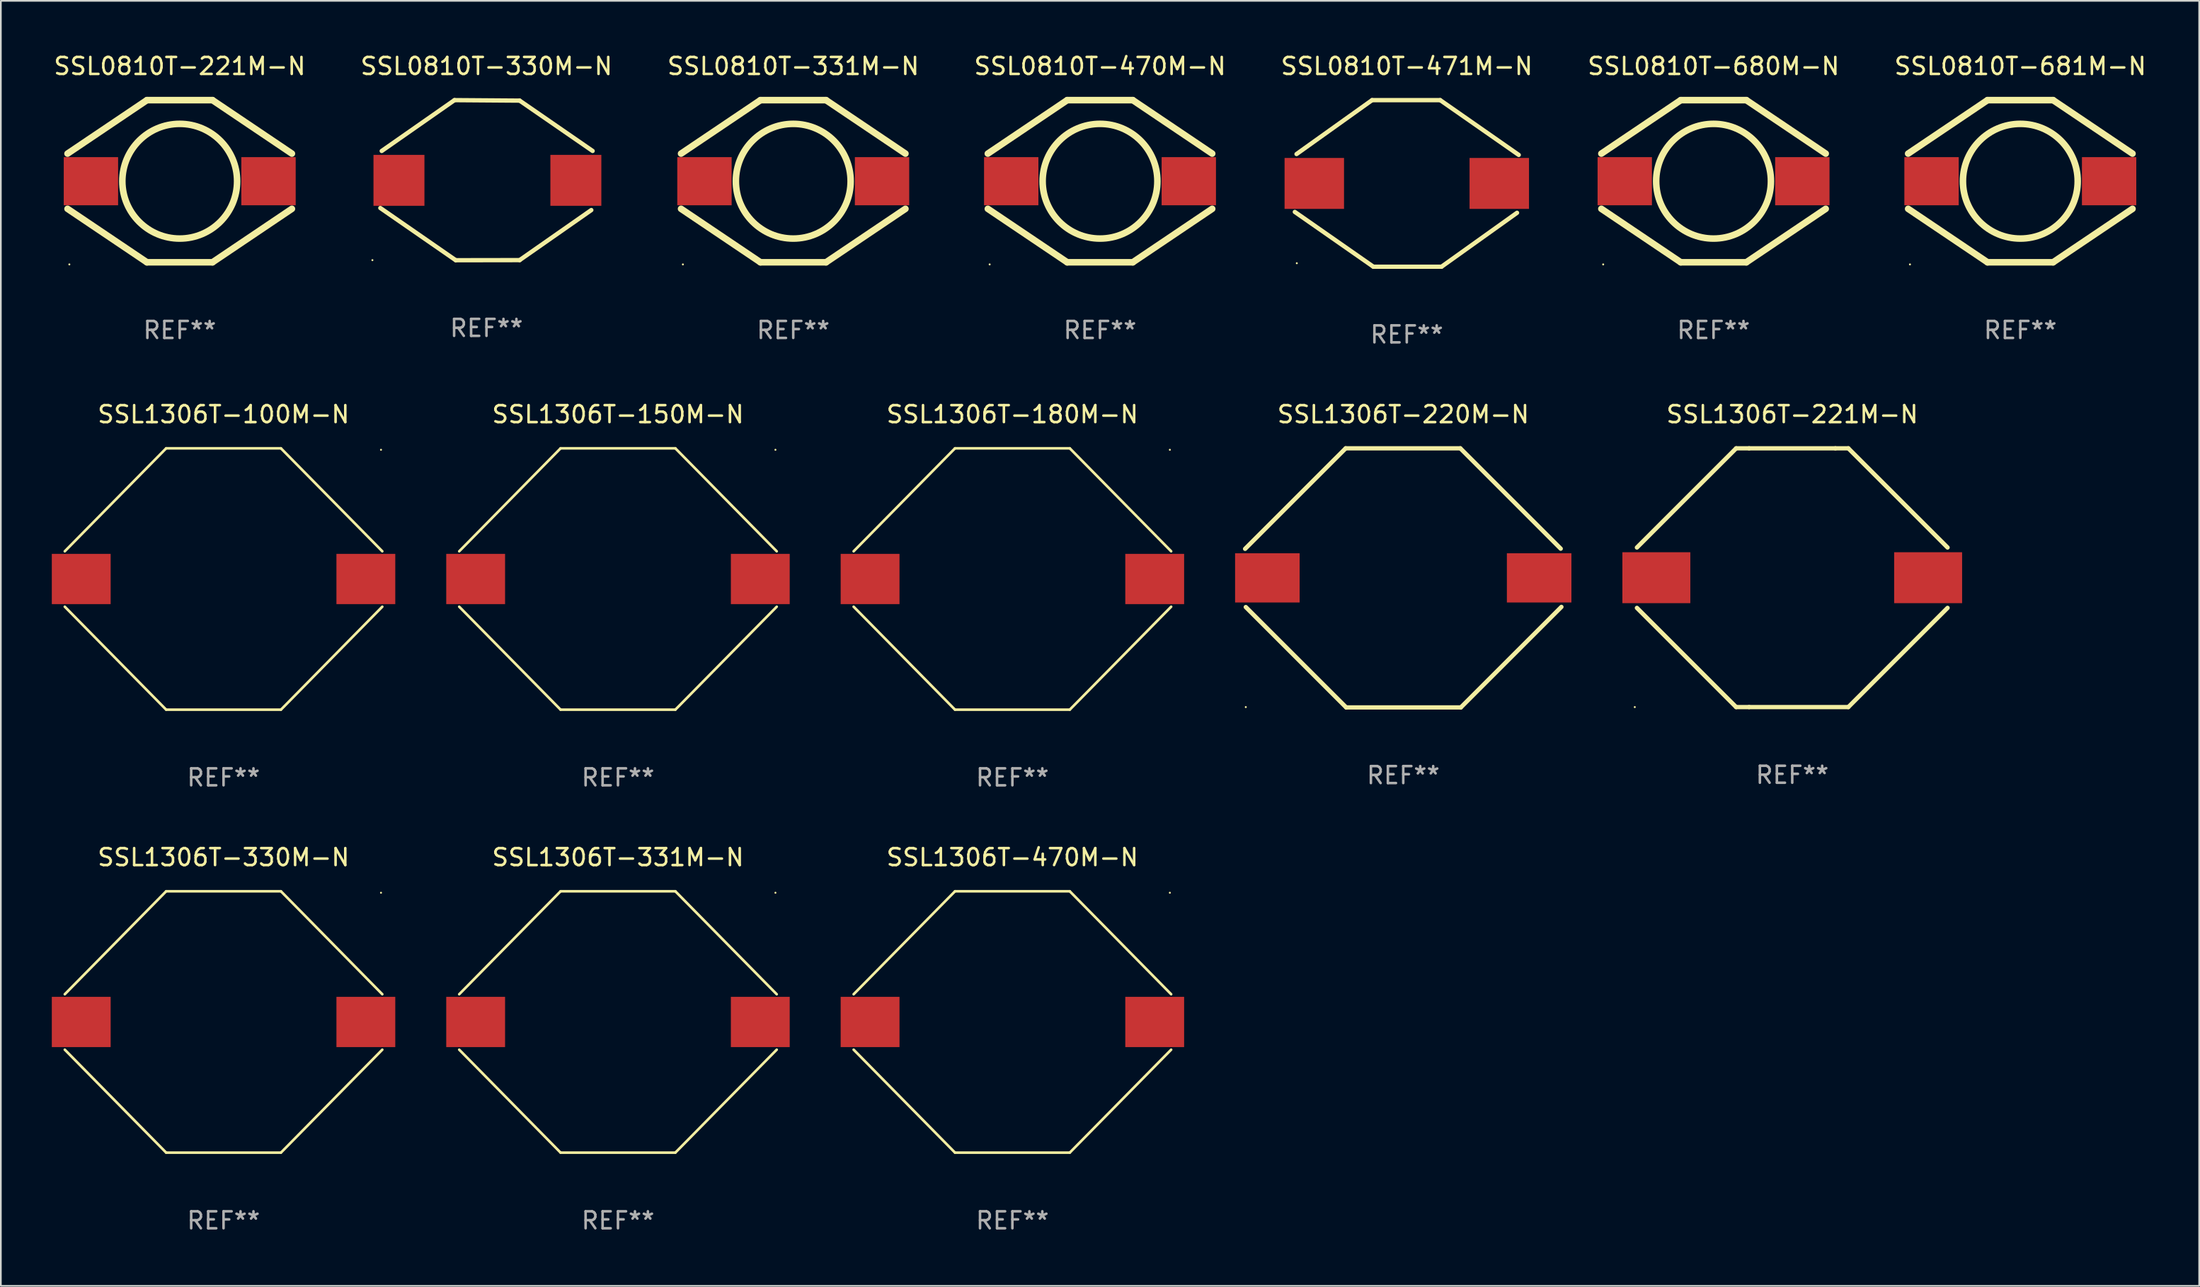
<source format=kicad_pcb>
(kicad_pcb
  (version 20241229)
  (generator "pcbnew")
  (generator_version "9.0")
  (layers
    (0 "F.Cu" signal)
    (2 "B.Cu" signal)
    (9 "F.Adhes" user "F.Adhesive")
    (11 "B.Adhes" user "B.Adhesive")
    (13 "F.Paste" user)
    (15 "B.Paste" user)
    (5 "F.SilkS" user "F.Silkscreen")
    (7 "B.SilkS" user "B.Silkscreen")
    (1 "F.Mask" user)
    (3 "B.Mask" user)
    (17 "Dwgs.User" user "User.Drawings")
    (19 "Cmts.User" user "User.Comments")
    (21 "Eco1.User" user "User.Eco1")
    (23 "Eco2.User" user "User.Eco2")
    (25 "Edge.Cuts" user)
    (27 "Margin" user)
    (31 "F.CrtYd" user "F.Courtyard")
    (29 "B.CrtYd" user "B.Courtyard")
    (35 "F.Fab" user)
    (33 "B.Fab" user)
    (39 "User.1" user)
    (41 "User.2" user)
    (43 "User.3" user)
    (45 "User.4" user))
  (footprint "SSL1306T-470M-N"
    (layer "F.Cu")
    (at 56.55 57.14)
    (property "Reference" "SSL1306T-470M-N" (at 0 -9.696 0) (layer "F.SilkS") (effects (font (size 1 1) (thickness 0.15))))
    (attr through_hole)
    (fp_line (start -9.346 -1.632) (end -3.379 -7.696) (stroke (width 0.152) (type solid)) (layer "F.SilkS"))
    (fp_line (start -9.346 1.632) (end -3.379 7.696) (stroke (width 0.152) (type solid)) (layer "F.SilkS"))
    (fp_line (start -3.379 -7.696) (end 3.379 -7.696) (stroke (width 0.152) (type solid)) (layer "F.SilkS"))
    (fp_line (start -3.379 7.696) (end 3.379 7.696) (stroke (width 0.152) (type solid)) (layer "F.SilkS"))
    (fp_line (start 9.346 -1.632) (end 3.379 -7.696) (stroke (width 0.152) (type solid)) (layer "F.SilkS"))
    (fp_line (start 9.346 1.632) (end 3.379 7.696) (stroke (width 0.152) (type solid)) (layer "F.SilkS"))
    (fp_circle (center 9.27 -7.61) (end 9.3 -7.61) (stroke (width 0.06) (type solid)) (fill no) (layer "F.SilkS"))
    (fp_text user "REF**" (at 0 11.696 0) (layer "F.Fab") (effects (font (size 1 1) (thickness 0.15))))
    (pad "1" smd rect (at 8.378 0) (size 3.464 2.96) (layers "F.Cu" "F.Mask" "F.Paste"))
    (pad "2" smd rect (at -8.378 0) (size 3.464 2.96) (layers "F.Cu" "F.Mask" "F.Paste")))
  (footprint "SSL1306T-220M-N"
    (layer "F.Cu")
    (at 79.56 30.985)
    (property "Reference" "SSL1306T-220M-N" (at 0 -9.63 0) (layer "F.SilkS") (effects (font (size 1 1) (thickness 0.15))))
    (attr through_hole)
    (fp_line (start -9.27 1.72) (end -3.36 7.63) (stroke (width 0.254) (type solid)) (layer "F.SilkS"))
    (fp_line (start -3.39 -7.63) (end -9.31 -1.71) (stroke (width 0.254) (type solid)) (layer "F.SilkS"))
    (fp_line (start -3.36 7.63) (end 3.39 7.63) (stroke (width 0.254) (type solid)) (layer "F.SilkS"))
    (fp_line (start 3.36 -7.63) (end -3.39 -7.63) (stroke (width 0.254) (type solid)) (layer "F.SilkS"))
    (fp_line (start 3.39 7.63) (end 9.31 1.71) (stroke (width 0.254) (type solid)) (layer "F.SilkS"))
    (fp_line (start 9.27 -1.72) (end 3.36 -7.63) (stroke (width 0.254) (type solid)) (layer "F.SilkS"))
    (fp_circle (center -9.27 7.61) (end -9.24 7.61) (stroke (width 0.06) (type solid)) (fill no) (layer "F.SilkS"))
    (fp_text user "REF**" (at 0 11.63 0) (layer "F.Fab") (effects (font (size 1 1) (thickness 0.15))))
    (pad "1" smd rect (at -8 0.000025 180) (size 3.8 2.9) (layers "F.Cu" "F.Mask" "F.Paste"))
    (pad "2" smd rect (at 8 0.000025 180) (size 3.8 2.9) (layers "F.Cu" "F.Mask" "F.Paste")))
  (footprint "SSL1306T-221M-N"
    (layer "F.Cu")
    (at 102.46 30.975)
    (property "Reference" "SSL1306T-221M-N" (at 0 -9.62 0) (layer "F.SilkS") (effects (font (size 1 1) (thickness 0.15))))
    (attr through_hole)
    (fp_line (start -3.302 -7.62) (end -9.144 -1.778) (stroke (width 0.254) (type solid)) (layer "F.SilkS"))
    (fp_line (start -3.302 7.62) (end -9.144 1.778) (stroke (width 0.254) (type solid)) (layer "F.SilkS"))
    (fp_line (start -2.541 -7.62) (end 2.539 -7.62) (stroke (width 0.254) (type solid)) (layer "F.SilkS"))
    (fp_line (start -2.541 7.62) (end 3.301 7.62) (stroke (width 0.254) (type solid)) (layer "F.SilkS"))
    (fp_line (start -2.54 -7.62) (end -3.302 -7.62) (stroke (width 0.254) (type solid)) (layer "F.SilkS"))
    (fp_line (start -2.54 7.62) (end -3.302 7.62) (stroke (width 0.254) (type solid)) (layer "F.SilkS"))
    (fp_line (start 2.54 -7.62) (end 3.302 -7.62) (stroke (width 0.254) (type solid)) (layer "F.SilkS"))
    (fp_line (start 3.301 7.62) (end 9.143 1.778) (stroke (width 0.254) (type solid)) (layer "F.SilkS"))
    (fp_line (start 3.302 -7.62) (end 9.144 -1.778) (stroke (width 0.254) (type solid)) (layer "F.SilkS"))
    (fp_circle (center -9.27 7.62) (end -9.24 7.62) (stroke (width 0.06) (type solid)) (fill no) (layer "F.SilkS"))
    (fp_text user "REF**" (at 0 11.62 0) (layer "F.Fab") (effects (font (size 1 1) (thickness 0.15))))
    (pad "1" smd rect (at -8 0) (size 4 3) (layers "F.Cu" "F.Mask" "F.Paste"))
    (pad "2" smd rect (at 8 0) (size 4 3) (layers "F.Cu" "F.Mask" "F.Paste")))
  (footprint "SSL0810T-330M-N"
    (layer "F.Cu")
    (at 25.589 7.562)
    (property "Reference" "SSL0810T-330M-N" (at 0 -6.714 0) (layer "F.SilkS") (effects (font (size 1 1) (thickness 0.15))))
    (attr through_hole)
    (fp_line (start -6.249 1.639) (end -1.81 4.714) (stroke (width 0.254) (type solid)) (layer "F.SilkS"))
    (fp_line (start -6.167 -1.721) (end -1.884 -4.714) (stroke (width 0.254) (type solid)) (layer "F.SilkS"))
    (fp_line (start -1.884 -4.714) (end 1.954 -4.686) (stroke (width 0.254) (type solid)) (layer "F.SilkS"))
    (fp_line (start -1.81 4.714) (end 1.953 4.708) (stroke (width 0.254) (type solid)) (layer "F.SilkS"))
    (fp_line (start 1.953 4.708) (end 6.171 1.76) (stroke (width 0.254) (type solid)) (layer "F.SilkS"))
    (fp_line (start 1.954 -4.686) (end 6.249 -1.721) (stroke (width 0.254) (type solid)) (layer "F.SilkS"))
    (fp_circle (center -6.715 4.709) (end -6.685 4.709) (stroke (width 0.06) (type solid)) (fill no) (layer "F.SilkS"))
    (fp_text user "REF**" (at 0 8.714 0) (layer "F.Fab") (effects (font (size 1 1) (thickness 0.15))))
    (pad "1" smd rect (at -5.152 0.009) (size 3 3) (layers "F.Cu" "F.Mask" "F.Paste"))
    (pad "2" smd rect (at 5.262 0.009) (size 3 3) (layers "F.Cu" "F.Mask" "F.Paste")))
  (footprint "SSL0810T-680M-N"
    (layer "F.Cu")
    (at 97.827 7.623)
    (property "Reference" "SSL0810T-680M-N" (at 0 -6.775 0) (layer "F.SilkS") (effects (font (size 1 1) (thickness 0.15))))
    (attr through_hole)
    (fp_line (start -6.604 -1.626) (end -1.93 -4.775) (stroke (width 0.387) (type solid)) (layer "F.SilkS"))
    (fp_line (start -1.93 -4.775) (end 1.93 -4.775) (stroke (width 0.387) (type solid)) (layer "F.SilkS"))
    (fp_line (start -1.93 4.775) (end -6.604 1.626) (stroke (width 0.387) (type solid)) (layer "F.SilkS"))
    (fp_line (start -1.93 4.775) (end 1.93 4.775) (stroke (width 0.387) (type solid)) (layer "F.SilkS"))
    (fp_line (start 1.93 -4.775) (end 6.604 -1.626) (stroke (width 0.387) (type solid)) (layer "F.SilkS"))
    (fp_line (start 6.604 1.626) (end 1.93 4.775) (stroke (width 0.387) (type solid)) (layer "F.SilkS"))
    (fp_circle (center -6.497 4.9) (end -6.467 4.9) (stroke (width 0.06) (type solid)) (fill no) (layer "F.SilkS"))
    (fp_circle (center 0 0) (end 3.378 0) (stroke (width 0.387) (type solid)) (fill no) (layer "F.SilkS"))
    (fp_text user "REF**" (at 0 8.775 0) (layer "F.Fab") (effects (font (size 1 1) (thickness 0.15))))
    (pad "1" smd rect (at -5.227 0) (size 3.2 2.835) (layers "F.Cu" "F.Mask" "F.Paste"))
    (pad "2" smd rect (at 5.227 0) (size 3.2 2.835) (layers "F.Cu" "F.Mask" "F.Paste")))
  (footprint "SSL1306T-150M-N"
    (layer "F.Cu")
    (at 33.33 31.051)
    (property "Reference" "SSL1306T-150M-N" (at 0 -9.696 0) (layer "F.SilkS") (effects (font (size 1 1) (thickness 0.15))))
    (attr through_hole)
    (fp_line (start -9.346 -1.632) (end -3.379 -7.696) (stroke (width 0.152) (type solid)) (layer "F.SilkS"))
    (fp_line (start -9.346 1.632) (end -3.379 7.696) (stroke (width 0.152) (type solid)) (layer "F.SilkS"))
    (fp_line (start -3.379 -7.696) (end 3.379 -7.696) (stroke (width 0.152) (type solid)) (layer "F.SilkS"))
    (fp_line (start -3.379 7.696) (end 3.379 7.696) (stroke (width 0.152) (type solid)) (layer "F.SilkS"))
    (fp_line (start 9.346 -1.632) (end 3.379 -7.696) (stroke (width 0.152) (type solid)) (layer "F.SilkS"))
    (fp_line (start 9.346 1.632) (end 3.379 7.696) (stroke (width 0.152) (type solid)) (layer "F.SilkS"))
    (fp_circle (center 9.27 -7.61) (end 9.3 -7.61) (stroke (width 0.06) (type solid)) (fill no) (layer "F.SilkS"))
    (fp_text user "REF**" (at 0 11.696 0) (layer "F.Fab") (effects (font (size 1 1) (thickness 0.15))))
    (pad "1" smd rect (at 8.378 0) (size 3.464 2.96) (layers "F.Cu" "F.Mask" "F.Paste"))
    (pad "2" smd rect (at -8.378 0) (size 3.464 2.96) (layers "F.Cu" "F.Mask" "F.Paste")))
  (footprint "SSL0810T-681M-N"
    (layer "F.Cu")
    (at 115.887 7.623)
    (property "Reference" "SSL0810T-681M-N" (at 0 -6.775 0) (layer "F.SilkS") (effects (font (size 1 1) (thickness 0.15))))
    (attr through_hole)
    (fp_line (start -6.604 -1.626) (end -1.93 -4.775) (stroke (width 0.387) (type solid)) (layer "F.SilkS"))
    (fp_line (start -1.93 -4.775) (end 1.93 -4.775) (stroke (width 0.387) (type solid)) (layer "F.SilkS"))
    (fp_line (start -1.93 4.775) (end -6.604 1.626) (stroke (width 0.387) (type solid)) (layer "F.SilkS"))
    (fp_line (start -1.93 4.775) (end 1.93 4.775) (stroke (width 0.387) (type solid)) (layer "F.SilkS"))
    (fp_line (start 1.93 -4.775) (end 6.604 -1.626) (stroke (width 0.387) (type solid)) (layer "F.SilkS"))
    (fp_line (start 6.604 1.626) (end 1.93 4.775) (stroke (width 0.387) (type solid)) (layer "F.SilkS"))
    (fp_circle (center -6.497 4.9) (end -6.467 4.9) (stroke (width 0.06) (type solid)) (fill no) (layer "F.SilkS"))
    (fp_circle (center 0 0) (end 3.378 0) (stroke (width 0.387) (type solid)) (fill no) (layer "F.SilkS"))
    (fp_text user "REF**" (at 0 8.775 0) (layer "F.Fab") (effects (font (size 1 1) (thickness 0.15))))
    (pad "1" smd rect (at -5.227 0) (size 3.2 2.835) (layers "F.Cu" "F.Mask" "F.Paste"))
    (pad "2" smd rect (at 5.227 0) (size 3.2 2.835) (layers "F.Cu" "F.Mask" "F.Paste")))
  (footprint "SSL0810T-221M-N"
    (layer "F.Cu")
    (at 7.53 7.623)
    (property "Reference" "SSL0810T-221M-N" (at 0 -6.775 0) (layer "F.SilkS") (effects (font (size 1 1) (thickness 0.15))))
    (attr through_hole)
    (fp_line (start -6.604 -1.626) (end -1.93 -4.775) (stroke (width 0.387) (type solid)) (layer "F.SilkS"))
    (fp_line (start -1.93 -4.775) (end 1.93 -4.775) (stroke (width 0.387) (type solid)) (layer "F.SilkS"))
    (fp_line (start -1.93 4.775) (end -6.604 1.626) (stroke (width 0.387) (type solid)) (layer "F.SilkS"))
    (fp_line (start -1.93 4.775) (end 1.93 4.775) (stroke (width 0.387) (type solid)) (layer "F.SilkS"))
    (fp_line (start 1.93 -4.775) (end 6.604 -1.626) (stroke (width 0.387) (type solid)) (layer "F.SilkS"))
    (fp_line (start 6.604 1.626) (end 1.93 4.775) (stroke (width 0.387) (type solid)) (layer "F.SilkS"))
    (fp_circle (center -6.497 4.9) (end -6.467 4.9) (stroke (width 0.06) (type solid)) (fill no) (layer "F.SilkS"))
    (fp_circle (center 0 0) (end 3.378 0) (stroke (width 0.387) (type solid)) (fill no) (layer "F.SilkS"))
    (fp_text user "REF**" (at 0 8.775 0) (layer "F.Fab") (effects (font (size 1 1) (thickness 0.15))))
    (pad "1" smd rect (at -5.227 0) (size 3.2 2.835) (layers "F.Cu" "F.Mask" "F.Paste"))
    (pad "2" smd rect (at 5.227 0) (size 3.2 2.835) (layers "F.Cu" "F.Mask" "F.Paste")))
  (footprint "SSL0810T-331M-N"
    (layer "F.Cu")
    (at 43.649 7.623)
    (property "Reference" "SSL0810T-331M-N" (at 0 -6.775 0) (layer "F.SilkS") (effects (font (size 1 1) (thickness 0.15))))
    (attr through_hole)
    (fp_line (start -6.604 -1.626) (end -1.93 -4.775) (stroke (width 0.387) (type solid)) (layer "F.SilkS"))
    (fp_line (start -1.93 -4.775) (end 1.93 -4.775) (stroke (width 0.387) (type solid)) (layer "F.SilkS"))
    (fp_line (start -1.93 4.775) (end -6.604 1.626) (stroke (width 0.387) (type solid)) (layer "F.SilkS"))
    (fp_line (start -1.93 4.775) (end 1.93 4.775) (stroke (width 0.387) (type solid)) (layer "F.SilkS"))
    (fp_line (start 1.93 -4.775) (end 6.604 -1.626) (stroke (width 0.387) (type solid)) (layer "F.SilkS"))
    (fp_line (start 6.604 1.626) (end 1.93 4.775) (stroke (width 0.387) (type solid)) (layer "F.SilkS"))
    (fp_circle (center -6.497 4.9) (end -6.467 4.9) (stroke (width 0.06) (type solid)) (fill no) (layer "F.SilkS"))
    (fp_circle (center 0 0) (end 3.378 0) (stroke (width 0.387) (type solid)) (fill no) (layer "F.SilkS"))
    (fp_text user "REF**" (at 0 8.775 0) (layer "F.Fab") (effects (font (size 1 1) (thickness 0.15))))
    (pad "1" smd rect (at -5.227 0) (size 3.2 2.835) (layers "F.Cu" "F.Mask" "F.Paste"))
    (pad "2" smd rect (at 5.227 0) (size 3.2 2.835) (layers "F.Cu" "F.Mask" "F.Paste")))
  (footprint "SSL0810T-470M-N"
    (layer "F.Cu")
    (at 61.708 7.623)
    (property "Reference" "SSL0810T-470M-N" (at 0 -6.775 0) (layer "F.SilkS") (effects (font (size 1 1) (thickness 0.15))))
    (attr through_hole)
    (fp_line (start -6.604 -1.626) (end -1.93 -4.775) (stroke (width 0.387) (type solid)) (layer "F.SilkS"))
    (fp_line (start -1.93 -4.775) (end 1.93 -4.775) (stroke (width 0.387) (type solid)) (layer "F.SilkS"))
    (fp_line (start -1.93 4.775) (end -6.604 1.626) (stroke (width 0.387) (type solid)) (layer "F.SilkS"))
    (fp_line (start -1.93 4.775) (end 1.93 4.775) (stroke (width 0.387) (type solid)) (layer "F.SilkS"))
    (fp_line (start 1.93 -4.775) (end 6.604 -1.626) (stroke (width 0.387) (type solid)) (layer "F.SilkS"))
    (fp_line (start 6.604 1.626) (end 1.93 4.775) (stroke (width 0.387) (type solid)) (layer "F.SilkS"))
    (fp_circle (center -6.497 4.9) (end -6.467 4.9) (stroke (width 0.06) (type solid)) (fill no) (layer "F.SilkS"))
    (fp_circle (center 0 0) (end 3.378 0) (stroke (width 0.387) (type solid)) (fill no) (layer "F.SilkS"))
    (fp_text user "REF**" (at 0 8.775 0) (layer "F.Fab") (effects (font (size 1 1) (thickness 0.15))))
    (pad "1" smd rect (at -5.227 0) (size 3.2 2.835) (layers "F.Cu" "F.Mask" "F.Paste"))
    (pad "2" smd rect (at 5.227 0) (size 3.2 2.835) (layers "F.Cu" "F.Mask" "F.Paste")))
  (footprint "SSL1306T-330M-N"
    (layer "F.Cu")
    (at 10.11 57.14)
    (property "Reference" "SSL1306T-330M-N" (at 0 -9.696 0) (layer "F.SilkS") (effects (font (size 1 1) (thickness 0.15))))
    (attr through_hole)
    (fp_line (start -9.346 -1.632) (end -3.379 -7.696) (stroke (width 0.152) (type solid)) (layer "F.SilkS"))
    (fp_line (start -9.346 1.632) (end -3.379 7.696) (stroke (width 0.152) (type solid)) (layer "F.SilkS"))
    (fp_line (start -3.379 -7.696) (end 3.379 -7.696) (stroke (width 0.152) (type solid)) (layer "F.SilkS"))
    (fp_line (start -3.379 7.696) (end 3.379 7.696) (stroke (width 0.152) (type solid)) (layer "F.SilkS"))
    (fp_line (start 9.346 -1.632) (end 3.379 -7.696) (stroke (width 0.152) (type solid)) (layer "F.SilkS"))
    (fp_line (start 9.346 1.632) (end 3.379 7.696) (stroke (width 0.152) (type solid)) (layer "F.SilkS"))
    (fp_circle (center 9.27 -7.61) (end 9.3 -7.61) (stroke (width 0.06) (type solid)) (fill no) (layer "F.SilkS"))
    (fp_text user "REF**" (at 0 11.696 0) (layer "F.Fab") (effects (font (size 1 1) (thickness 0.15))))
    (pad "1" smd rect (at 8.378 0) (size 3.464 2.96) (layers "F.Cu" "F.Mask" "F.Paste"))
    (pad "2" smd rect (at -8.378 0) (size 3.464 2.96) (layers "F.Cu" "F.Mask" "F.Paste")))
  (footprint "SSL1306T-331M-N"
    (layer "F.Cu")
    (at 33.33 57.14)
    (property "Reference" "SSL1306T-331M-N" (at 0 -9.696 0) (layer "F.SilkS") (effects (font (size 1 1) (thickness 0.15))))
    (attr through_hole)
    (fp_line (start -9.346 -1.632) (end -3.379 -7.696) (stroke (width 0.152) (type solid)) (layer "F.SilkS"))
    (fp_line (start -9.346 1.632) (end -3.379 7.696) (stroke (width 0.152) (type solid)) (layer "F.SilkS"))
    (fp_line (start -3.379 -7.696) (end 3.379 -7.696) (stroke (width 0.152) (type solid)) (layer "F.SilkS"))
    (fp_line (start -3.379 7.696) (end 3.379 7.696) (stroke (width 0.152) (type solid)) (layer "F.SilkS"))
    (fp_line (start 9.346 -1.632) (end 3.379 -7.696) (stroke (width 0.152) (type solid)) (layer "F.SilkS"))
    (fp_line (start 9.346 1.632) (end 3.379 7.696) (stroke (width 0.152) (type solid)) (layer "F.SilkS"))
    (fp_circle (center 9.27 -7.61) (end 9.3 -7.61) (stroke (width 0.06) (type solid)) (fill no) (layer "F.SilkS"))
    (fp_text user "REF**" (at 0 11.696 0) (layer "F.Fab") (effects (font (size 1 1) (thickness 0.15))))
    (pad "1" smd rect (at 8.378 0) (size 3.464 2.96) (layers "F.Cu" "F.Mask" "F.Paste"))
    (pad "2" smd rect (at -8.378 0) (size 3.464 2.96) (layers "F.Cu" "F.Mask" "F.Paste")))
  (footprint "SSL1306T-100M-N"
    (layer "F.Cu")
    (at 10.11 31.051)
    (property "Reference" "SSL1306T-100M-N" (at 0 -9.696 0) (layer "F.SilkS") (effects (font (size 1 1) (thickness 0.15))))
    (attr through_hole)
    (fp_line (start -9.346 -1.632) (end -3.379 -7.696) (stroke (width 0.152) (type solid)) (layer "F.SilkS"))
    (fp_line (start -9.346 1.632) (end -3.379 7.696) (stroke (width 0.152) (type solid)) (layer "F.SilkS"))
    (fp_line (start -3.379 -7.696) (end 3.379 -7.696) (stroke (width 0.152) (type solid)) (layer "F.SilkS"))
    (fp_line (start -3.379 7.696) (end 3.379 7.696) (stroke (width 0.152) (type solid)) (layer "F.SilkS"))
    (fp_line (start 9.346 -1.632) (end 3.379 -7.696) (stroke (width 0.152) (type solid)) (layer "F.SilkS"))
    (fp_line (start 9.346 1.632) (end 3.379 7.696) (stroke (width 0.152) (type solid)) (layer "F.SilkS"))
    (fp_circle (center 9.27 -7.61) (end 9.3 -7.61) (stroke (width 0.06) (type solid)) (fill no) (layer "F.SilkS"))
    (fp_text user "REF**" (at 0 11.696 0) (layer "F.Fab") (effects (font (size 1 1) (thickness 0.15))))
    (pad "1" smd rect (at 8.378 0) (size 3.464 2.96) (layers "F.Cu" "F.Mask" "F.Paste"))
    (pad "2" smd rect (at -8.378 0) (size 3.464 2.96) (layers "F.Cu" "F.Mask" "F.Paste")))
  (footprint "SSL0810T-471M-N"
    (layer "F.Cu")
    (at 79.768 7.753)
    (property "Reference" "SSL0810T-471M-N" (at 0 -6.905 0) (layer "F.SilkS") (effects (font (size 1 1) (thickness 0.15))))
    (attr through_hole)
    (fp_line (start -6.49 -1.73) (end -2.045 -4.905) (stroke (width 0.254) (type solid)) (layer "F.SilkS"))
    (fp_line (start -2.045 -4.905) (end 1.968 -4.905) (stroke (width 0.254) (type solid)) (layer "F.SilkS"))
    (fp_line (start -1.968 4.905) (end -6.591 1.679) (stroke (width 0.254) (type solid)) (layer "F.SilkS"))
    (fp_line (start 1.968 -4.905) (end 6.591 -1.679) (stroke (width 0.254) (type solid)) (layer "F.SilkS"))
    (fp_line (start 2.045 4.905) (end -1.968 4.905) (stroke (width 0.254) (type solid)) (layer "F.SilkS"))
    (fp_line (start 6.49 1.73) (end 2.045 4.905) (stroke (width 0.254) (type solid)) (layer "F.SilkS"))
    (fp_circle (center -6.475 4.7) (end -6.445 4.7) (stroke (width 0.06) (type solid)) (fill no) (layer "F.SilkS"))
    (fp_text user "REF**" (at 0 8.905 0) (layer "F.Fab") (effects (font (size 1 1) (thickness 0.15))))
    (pad "1" smd rect (at -5.445 0.000013) (size 3.5 3) (layers "F.Cu" "F.Mask" "F.Paste"))
    (pad "2" smd rect (at 5.445 0.000013) (size 3.5 3) (layers "F.Cu" "F.Mask" "F.Paste")))
  (footprint "SSL1306T-180M-N"
    (layer "F.Cu")
    (at 56.55 31.051)
    (property "Reference" "SSL1306T-180M-N" (at 0 -9.696 0) (layer "F.SilkS") (effects (font (size 1 1) (thickness 0.15))))
    (attr through_hole)
    (fp_line (start -9.346 -1.632) (end -3.379 -7.696) (stroke (width 0.152) (type solid)) (layer "F.SilkS"))
    (fp_line (start -9.346 1.632) (end -3.379 7.696) (stroke (width 0.152) (type solid)) (layer "F.SilkS"))
    (fp_line (start -3.379 -7.696) (end 3.379 -7.696) (stroke (width 0.152) (type solid)) (layer "F.SilkS"))
    (fp_line (start -3.379 7.696) (end 3.379 7.696) (stroke (width 0.152) (type solid)) (layer "F.SilkS"))
    (fp_line (start 9.346 -1.632) (end 3.379 -7.696) (stroke (width 0.152) (type solid)) (layer "F.SilkS"))
    (fp_line (start 9.346 1.632) (end 3.379 7.696) (stroke (width 0.152) (type solid)) (layer "F.SilkS"))
    (fp_circle (center 9.27 -7.61) (end 9.3 -7.61) (stroke (width 0.06) (type solid)) (fill no) (layer "F.SilkS"))
    (fp_text user "REF**" (at 0 11.696 0) (layer "F.Fab") (effects (font (size 1 1) (thickness 0.15))))
    (pad "1" smd rect (at 8.378 0) (size 3.464 2.96) (layers "F.Cu" "F.Mask" "F.Paste"))
    (pad "2" smd rect (at -8.378 0) (size 3.464 2.96) (layers "F.Cu" "F.Mask" "F.Paste")))
  (gr_rect
    (start -3 -3)
    (end 126.417 72.684)
    (stroke (width 0.1) (type default))
    (fill no)
    (layer "Edge.Cuts")))
</source>
